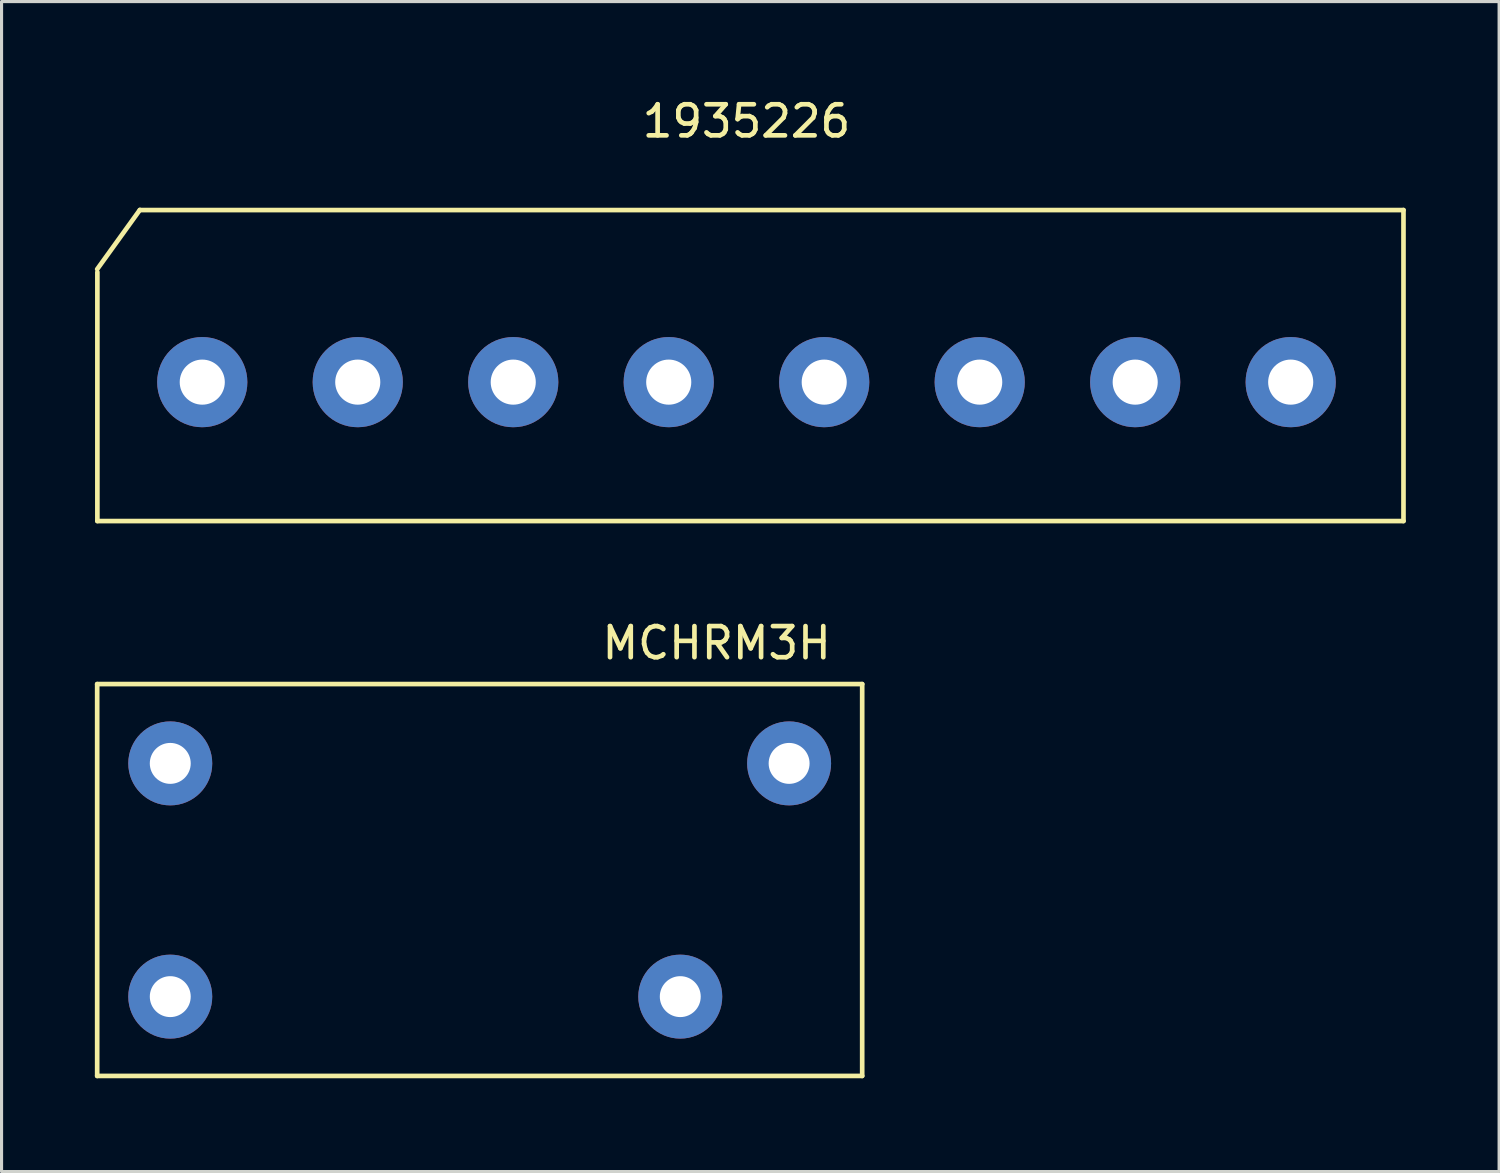
<source format=kicad_pcb>
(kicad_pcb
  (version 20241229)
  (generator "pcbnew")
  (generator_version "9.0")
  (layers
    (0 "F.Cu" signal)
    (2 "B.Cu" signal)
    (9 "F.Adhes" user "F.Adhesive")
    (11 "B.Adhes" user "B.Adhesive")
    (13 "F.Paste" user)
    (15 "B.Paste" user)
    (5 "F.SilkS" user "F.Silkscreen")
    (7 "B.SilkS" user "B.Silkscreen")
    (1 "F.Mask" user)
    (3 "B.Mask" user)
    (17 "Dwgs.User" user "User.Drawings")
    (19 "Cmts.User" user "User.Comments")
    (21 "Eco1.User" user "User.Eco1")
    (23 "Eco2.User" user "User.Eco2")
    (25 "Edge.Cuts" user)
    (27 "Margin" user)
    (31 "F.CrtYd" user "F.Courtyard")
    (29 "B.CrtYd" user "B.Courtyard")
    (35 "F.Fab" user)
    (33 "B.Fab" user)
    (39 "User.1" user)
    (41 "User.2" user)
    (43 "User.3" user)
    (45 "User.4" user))
  (footprint "1935226"
    (layer "F.Cu")
    (at 20.954 9.238)
    (property "Reference" "1935226" (at 0 -8.39 0) (layer "F.SilkS") (effects (font (size 1 1) (thickness 0.15))))
    (attr through_hole)
    (fp_line (start -20.873 -3.537) (end -20.873 4.467) (stroke (width 0.15) (type solid)) (layer "F.SilkS"))
    (fp_line (start -20.873 4.467) (end 21.127 4.467) (stroke (width 0.15) (type solid)) (layer "F.SilkS"))
    (fp_line (start -19.507 -5.537) (end -20.879 -3.632) (stroke (width 0.15) (type solid)) (layer "F.SilkS"))
    (fp_line (start -19.507 -5.533) (end 21.127 -5.533) (stroke (width 0.15) (type solid)) (layer "F.SilkS"))
    (fp_line (start 21.127 -5.533) (end 21.127 4.467) (stroke (width 0.15) (type solid)) (layer "F.SilkS"))
    (pad "1" thru_hole circle (at -17.5 0) (size 2.9 2.9) (drill 1.45) (layers "*.Cu" "*.Mask"))
    (pad "2" thru_hole circle (at -12.5 0) (size 2.9 2.9) (drill 1.45) (layers "*.Cu" "*.Mask"))
    (pad "3" thru_hole circle (at -7.5 0) (size 2.9 2.9) (drill 1.45) (layers "*.Cu" "*.Mask"))
    (pad "4" thru_hole circle (at -2.5 0) (size 2.9 2.9) (drill 1.45) (layers "*.Cu" "*.Mask"))
    (pad "5" thru_hole circle (at 2.5 0) (size 2.9 2.9) (drill 1.45) (layers "*.Cu" "*.Mask"))
    (pad "6" thru_hole circle (at 7.5 0) (size 2.9 2.9) (drill 1.45) (layers "*.Cu" "*.Mask"))
    (pad "7" thru_hole circle (at 12.5 0) (size 2.9 2.9) (drill 1.45) (layers "*.Cu" "*.Mask"))
    (pad "8" thru_hole circle (at 17.5 0) (size 2.9 2.9) (drill 1.45) (layers "*.Cu" "*.Mask")))
  (footprint "MCHRM3H"
    (layer "F.Cu")
    (at 12.375 25.248)
    (property "Reference" "MCHRM3H" (at 7.62 -7.62 0) (layer "F.SilkS") (effects (font (size 1 1) (thickness 0.15))))
    (attr through_hole)
    (fp_line (start -12.3 -6.3) (end -12.3 6.3) (stroke (width 0.15) (type solid)) (layer "F.SilkS"))
    (fp_line (start -12.3 -6.3) (end 12.3 -6.3) (stroke (width 0.15) (type solid)) (layer "F.SilkS"))
    (fp_line (start -12.3 6.3) (end 12.3 6.3) (stroke (width 0.15) (type solid)) (layer "F.SilkS"))
    (fp_line (start 12.3 -6.3) (end 12.3 6.3) (stroke (width 0.15) (type solid)) (layer "F.SilkS"))
    (pad "1" thru_hole circle (at -9.95 -3.75) (size 2.7 2.7) (drill 1.316) (layers "*.Cu" "*.Mask"))
    (pad "2" thru_hole circle (at -9.95 3.75) (size 2.7 2.7) (drill 1.316) (layers "*.Cu" "*.Mask"))
    (pad "3" thru_hole circle (at 9.95 -3.75) (size 2.7 2.7) (drill 1.316) (layers "*.Cu" "*.Mask"))
    (pad "4" thru_hole circle (at 6.45 3.75) (size 2.7 2.7) (drill 1.316) (layers "*.Cu" "*.Mask")))
  (gr_rect
    (start -3 -3)
    (end 45.156 34.623)
    (stroke (width 0.1) (type default))
    (fill no)
    (layer "Edge.Cuts")))
</source>
